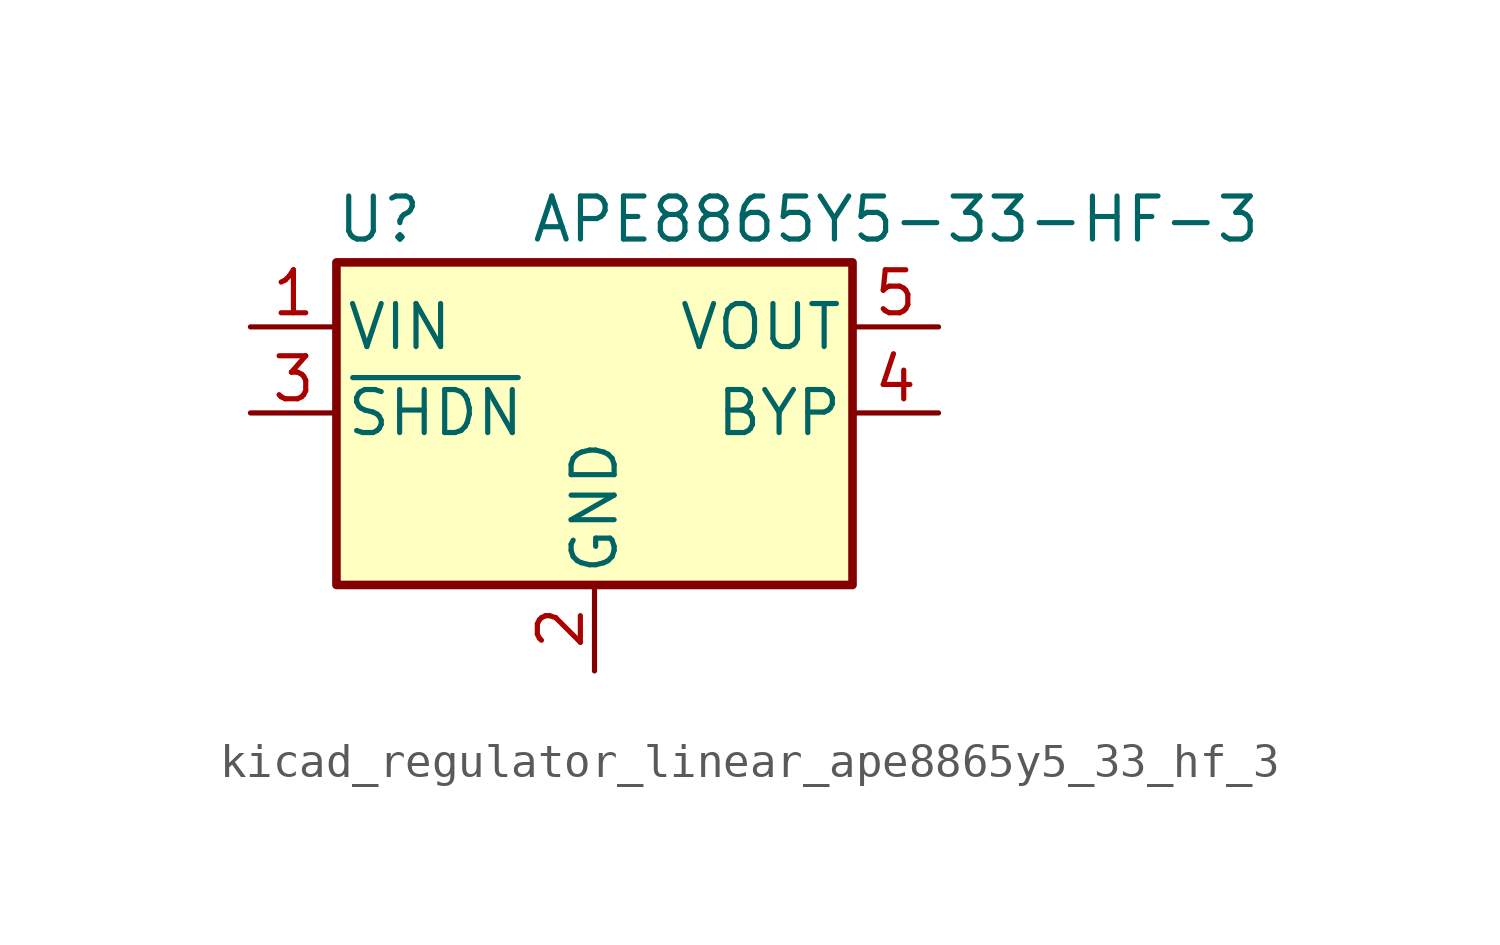
<source format=kicad_sym>
(kicad_symbol_lib
  (version 20220914)
  (generator kicad_symbol_editor)
  (symbol "kicad_regulator_linear_ape8865y5_33_hf_3"
    (pin_names
      (offset 0.254))
    (property "Reference" "U"
      (at -6.35 5.715 0)
      (effects (font (size 1.27 1.27))))
    (property "Value" "APE8865Y5-33-HF-3"
      (at -1.905 5.715 0)
      (effects (font (size 1.27 1.27)) (justify left)))
    (symbol "kicad_regulator_linear_ape8865y5_33_hf_3_0_1"
      (rectangle (start -7.62 4.445) (end 7.62 -5.08) (stroke (width 0.254) (type default)) (fill (type background))))
    (symbol "kicad_regulator_linear_ape8865y5_33_hf_3_1_1"
      (pin power_in line (at -10.16 2.54 0) (length 2.54) (name "VIN" (effects (font (size 1.27 1.27)))) (number "1" (effects (font (size 1.27 1.27)))))
      (pin power_in line (at 0 -7.62 90) (length 2.54) (name "GND" (effects (font (size 1.27 1.27)))) (number "2" (effects (font (size 1.27 1.27)))))
      (pin input line (at -10.16 0 0) (length 2.54) (name "~{SHDN}" (effects (font (size 1.27 1.27)))) (number "3" (effects (font (size 1.27 1.27)))))
      (pin input line (at 10.16 0 180) (length 2.54) (name "BYP" (effects (font (size 1.27 1.27)))) (number "4" (effects (font (size 1.27 1.27)))))
      (pin power_out line (at 10.16 2.54 180) (length 2.54) (name "VOUT" (effects (font (size 1.27 1.27)))) (number "5" (effects (font (size 1.27 1.27))))))))
</source>
